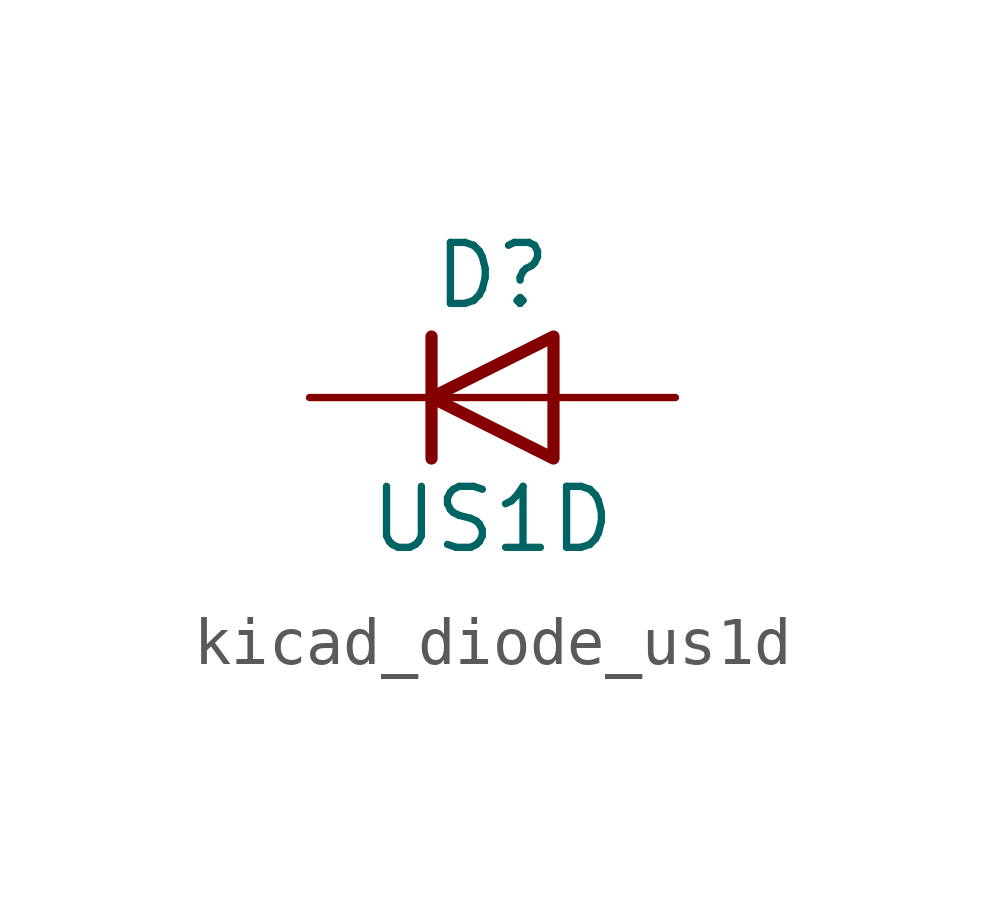
<source format=kicad_sym>
(kicad_symbol_lib
  (version 20220914)
  (generator kicad_symbol_editor)
  (symbol "kicad_diode_us1d"
    (pin_numbers hide)
    (pin_names hide)
    (property "Reference" "D"
      (at 0 2.54 0)
      (effects (font (size 1.27 1.27))))
    (property "Value" "US1D"
      (at 0 -2.54 0)
      (effects (font (size 1.27 1.27))))
    (symbol "kicad_diode_us1d_0_1"
      (polyline (pts (xy -1.27 1.27) (xy -1.27 -1.27)) (stroke (width 0.254) (type default)) (fill (type none)))
      (polyline (pts (xy 1.27 0) (xy -1.27 0)) (stroke (width 0) (type default)) (fill (type none)))
      (polyline (pts (xy 1.27 1.27) (xy 1.27 -1.27) (xy -1.27 0) (xy 1.27 1.27)) (stroke (width 0.254) (type default)) (fill (type none))))
    (symbol "kicad_diode_us1d_1_1"
      (pin passive line (at -3.81 0 0) (length 2.54) (name "K" (effects (font (size 1.27 1.27)))) (number "1" (effects (font (size 1.27 1.27)))))
      (pin passive line (at 3.81 0 180) (length 2.54) (name "A" (effects (font (size 1.27 1.27)))) (number "2" (effects (font (size 1.27 1.27))))))))
</source>
